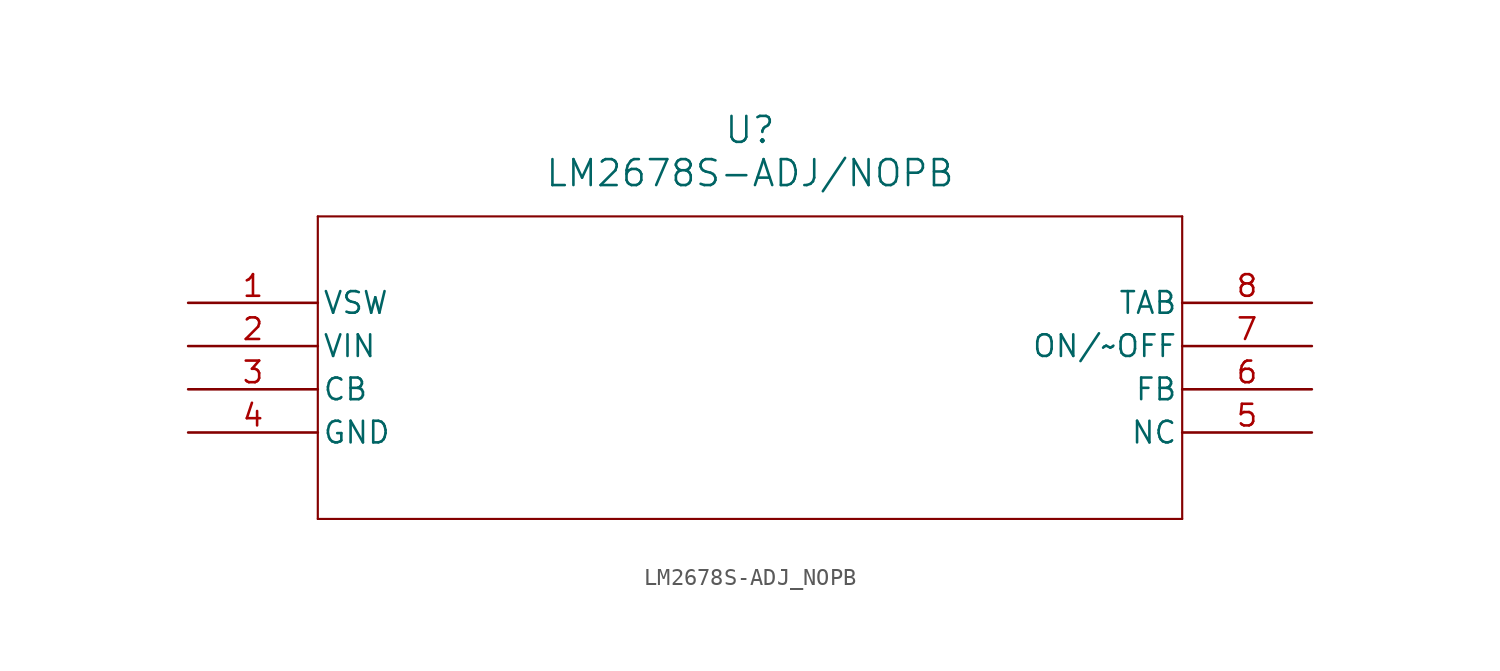
<source format=kicad_sym>
(kicad_symbol_lib
  (version 20211014)
  (generator kicad_symbol_editor)
  (symbol "LM2678S-ADJ_NOPB"
    (pin_names
      (offset 0.254))
    (property "Reference" "U"
      (at 33.02 10.16 0)
      (effects (font (size 1.524 1.524))))
    (property "Value" "LM2678S-ADJ/NOPB"
      (at 33.02 7.62 0)
      (effects (font (size 1.524 1.524))))
    (symbol "LM2678S-ADJ_NOPB_0_1"
      (polyline (pts (xy 7.62 5.08) (xy 7.62 -12.7)) (stroke (width 0.127) (type default) (color 0 0 0 0)) (fill (type none)))
      (polyline (pts (xy 7.62 -12.7) (xy 58.42 -12.7)) (stroke (width 0.127) (type default) (color 0 0 0 0)) (fill (type none)))
      (polyline (pts (xy 58.42 -12.7) (xy 58.42 5.08)) (stroke (width 0.127) (type default) (color 0 0 0 0)) (fill (type none)))
      (polyline (pts (xy 58.42 5.08) (xy 7.62 5.08)) (stroke (width 0.127) (type default) (color 0 0 0 0)) (fill (type none)))
      (pin output line (at 0 0 0) (length 7.62) (name "VSW" (effects (font (size 1.27 1.27)))) (number "1" (effects (font (size 1.27 1.27)))))
      (pin input line (at 0 -2.54 0) (length 7.62) (name "VIN" (effects (font (size 1.27 1.27)))) (number "2" (effects (font (size 1.27 1.27)))))
      (pin passive line (at 0 -5.08 0) (length 7.62) (name "CB" (effects (font (size 1.27 1.27)))) (number "3" (effects (font (size 1.27 1.27)))))
      (pin passive line (at 0 -7.62 0) (length 7.62) (name "GND" (effects (font (size 1.27 1.27)))) (number "4" (effects (font (size 1.27 1.27)))))
      (pin passive line (at 66.04 -7.62 180) (length 7.62) (name "NC" (effects (font (size 1.27 1.27)))) (number "5" (effects (font (size 1.27 1.27)))))
      (pin passive line (at 66.04 -5.08 180) (length 7.62) (name "FB" (effects (font (size 1.27 1.27)))) (number "6" (effects (font (size 1.27 1.27)))))
      (pin passive line (at 66.04 -2.54 180) (length 7.62) (name "ON/~OFF" (effects (font (size 1.27 1.27)))) (number "7" (effects (font (size 1.27 1.27)))))
      (pin unspecified line (at 66.04 0 180) (length 7.62) (name "TAB" (effects (font (size 1.27 1.27)))) (number "8" (effects (font (size 1.27 1.27))))))))
</source>
